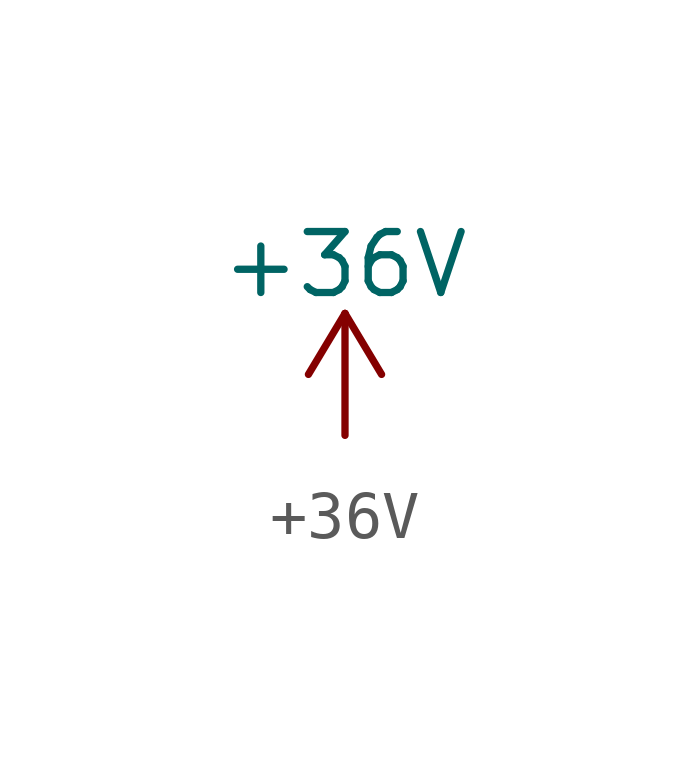
<source format=kicad_sym>
(kicad_symbol_lib
  (version 20220914)
  (generator kicad_symbol_editor)
  (symbol "+36V"
    (power)
    (pin_names
      (offset 0))
    (property "Reference" "#PWR"
      (at 0 -3.81 0)
      (effects (font (size 1.27 1.27)) hide))
    (property "Value" "+36V"
      (at 0 3.556 0)
      (effects (font (size 1.27 1.27))))
    (symbol "+36V_0_1"
      (polyline (pts (xy -0.762 1.27) (xy 0 2.54)) (stroke (width 0) (type default)) (fill (type none)))
      (polyline (pts (xy 0 0) (xy 0 2.54)) (stroke (width 0) (type default)) (fill (type none)))
      (polyline (pts (xy 0 2.54) (xy 0.762 1.27)) (stroke (width 0) (type default)) (fill (type none))))
    (symbol "+36V_1_1"
      (pin power_in line (at 0 0 90) (length 0) hide (name "+36V" (effects (font (size 1.27 1.27)))) (number "1" (effects (font (size 1.27 1.27))))))))
</source>
